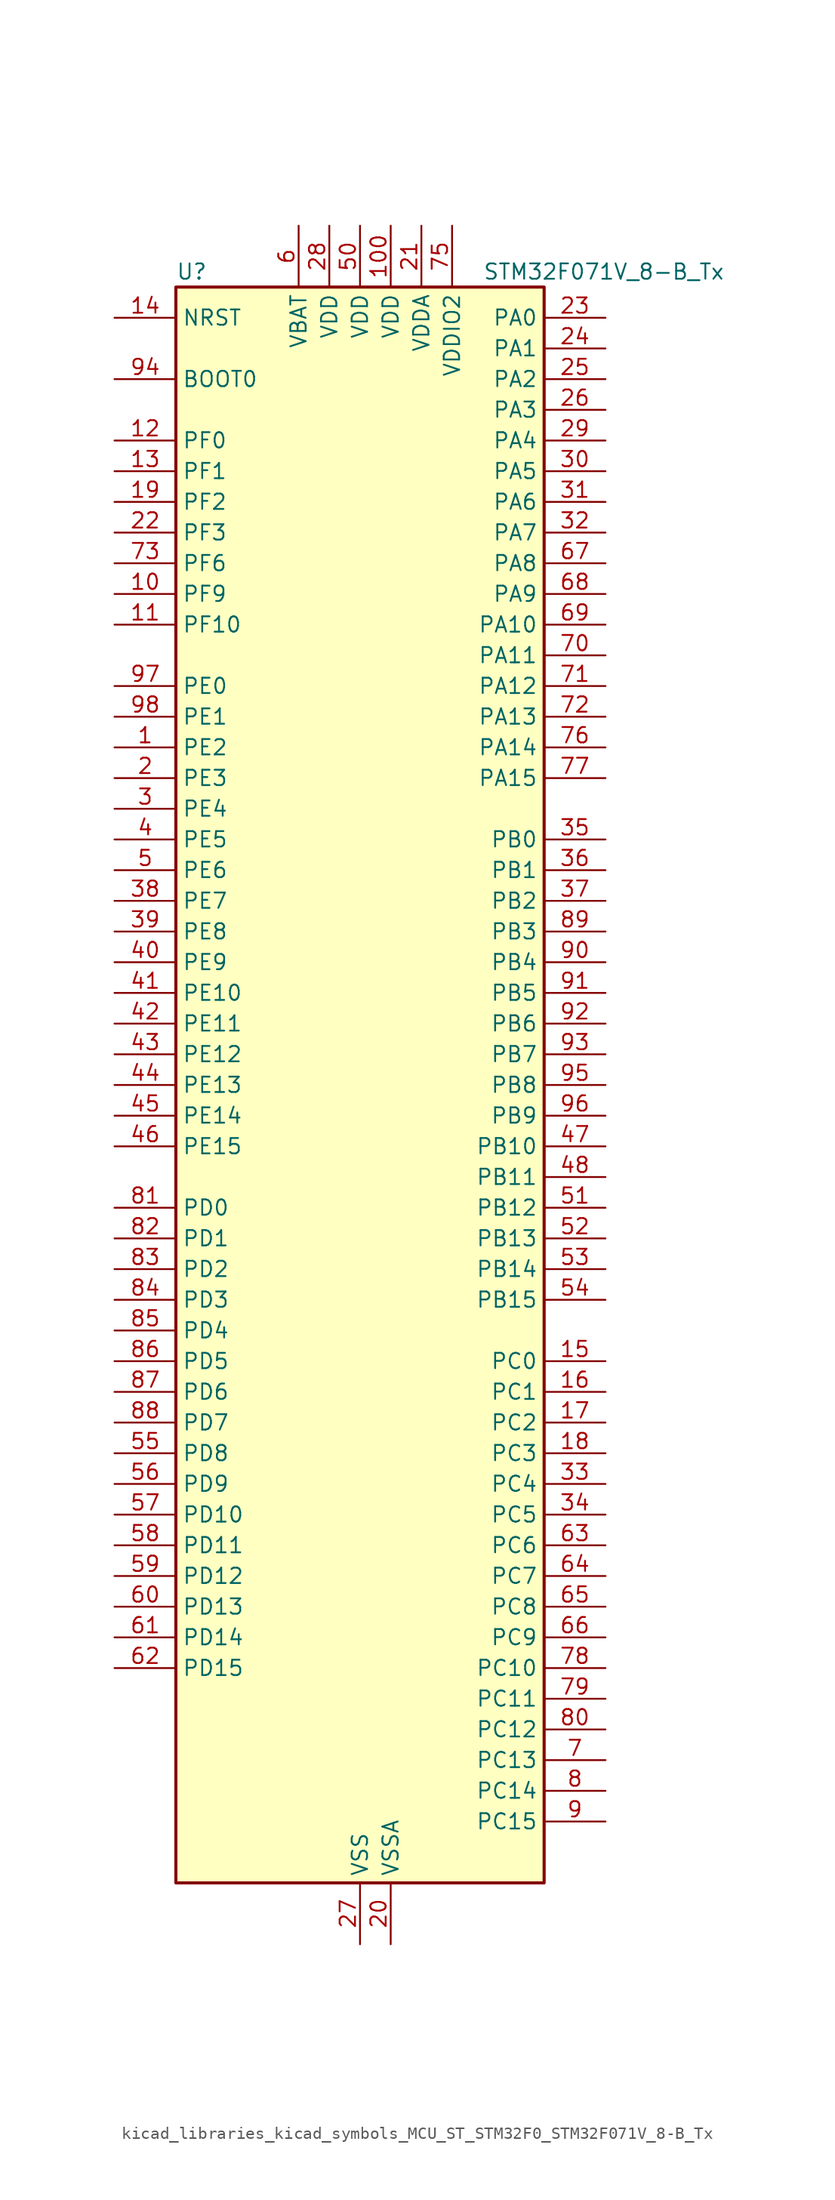
<source format=kicad_sym>
(kicad_symbol_lib
  (version 20220914)
  (generator kicad_symbol_editor)
  (symbol "kicad_libraries_kicad_symbols_MCU_ST_STM32F0_STM32F071V_8-B_Tx"
    (property "Reference" "U"
      (at -15.24 67.31 0)
      (effects (font (size 1.27 1.27)) (justify left)))
    (property "Value" "STM32F071V_8-B_Tx"
      (at 10.16 67.31 0)
      (effects (font (size 1.27 1.27)) (justify left)))
    (property "ki_locked" ""
      (at 0 0 0)
      (effects (font (size 1.27 1.27))))
    (symbol "kicad_libraries_kicad_symbols_MCU_ST_STM32F0_STM32F071V_8-B_Tx_0_1"
      (rectangle (start -15.24 -66.04) (end 15.24 66.04) (stroke (width 0.254) (type default)) (fill (type background))))
    (symbol "kicad_libraries_kicad_symbols_MCU_ST_STM32F0_STM32F071V_8-B_Tx_1_1"
      (pin bidirectional line (at -20.32 27.94 0) (length 5.08) (name "PE2" (effects (font (size 1.27 1.27)))) (number "1" (effects (font (size 1.27 1.27)))) (alternate "TIM3_ETR" bidirectional line) (alternate "TSC_G7_IO1" bidirectional line))
      (pin bidirectional line (at -20.32 40.64 0) (length 5.08) (name "PF9" (effects (font (size 1.27 1.27)))) (number "10" (effects (font (size 1.27 1.27)))) (alternate "DAC_EXTI9" bidirectional line) (alternate "TIM15_CH1" bidirectional line))
      (pin power_in line (at 2.54 71.12 270) (length 5.08) (name "VDD" (effects (font (size 1.27 1.27)))) (number "100" (effects (font (size 1.27 1.27)))))
      (pin bidirectional line (at -20.32 38.1 0) (length 5.08) (name "PF10" (effects (font (size 1.27 1.27)))) (number "11" (effects (font (size 1.27 1.27)))) (alternate "TIM15_CH2" bidirectional line))
      (pin bidirectional line (at -20.32 53.34 0) (length 5.08) (name "PF0" (effects (font (size 1.27 1.27)))) (number "12" (effects (font (size 1.27 1.27)))) (alternate "CRS_SYNC" bidirectional line) (alternate "RCC_OSC_IN" bidirectional line))
      (pin bidirectional line (at -20.32 50.8 0) (length 5.08) (name "PF1" (effects (font (size 1.27 1.27)))) (number "13" (effects (font (size 1.27 1.27)))) (alternate "RCC_OSC_OUT" bidirectional line))
      (pin input line (at -20.32 63.5 0) (length 5.08) (name "NRST" (effects (font (size 1.27 1.27)))) (number "14" (effects (font (size 1.27 1.27)))))
      (pin bidirectional line (at 20.32 -22.86 180) (length 5.08) (name "PC0" (effects (font (size 1.27 1.27)))) (number "15" (effects (font (size 1.27 1.27)))) (alternate "ADC_IN10" bidirectional line))
      (pin bidirectional line (at 20.32 -25.4 180) (length 5.08) (name "PC1" (effects (font (size 1.27 1.27)))) (number "16" (effects (font (size 1.27 1.27)))) (alternate "ADC_IN11" bidirectional line))
      (pin bidirectional line (at 20.32 -27.94 180) (length 5.08) (name "PC2" (effects (font (size 1.27 1.27)))) (number "17" (effects (font (size 1.27 1.27)))) (alternate "ADC_IN12" bidirectional line) (alternate "I2S2_MCK" bidirectional line) (alternate "SPI2_MISO" bidirectional line))
      (pin bidirectional line (at 20.32 -30.48 180) (length 5.08) (name "PC3" (effects (font (size 1.27 1.27)))) (number "18" (effects (font (size 1.27 1.27)))) (alternate "ADC_IN13" bidirectional line) (alternate "I2S2_SD" bidirectional line) (alternate "SPI2_MOSI" bidirectional line))
      (pin bidirectional line (at -20.32 48.26 0) (length 5.08) (name "PF2" (effects (font (size 1.27 1.27)))) (number "19" (effects (font (size 1.27 1.27)))) (alternate "SYS_WKUP8" bidirectional line))
      (pin bidirectional line (at -20.32 25.4 0) (length 5.08) (name "PE3" (effects (font (size 1.27 1.27)))) (number "2" (effects (font (size 1.27 1.27)))) (alternate "TIM3_CH1" bidirectional line) (alternate "TSC_G7_IO2" bidirectional line))
      (pin power_in line (at 2.54 -71.12 90) (length 5.08) (name "VSSA" (effects (font (size 1.27 1.27)))) (number "20" (effects (font (size 1.27 1.27)))))
      (pin power_in line (at 5.08 71.12 270) (length 5.08) (name "VDDA" (effects (font (size 1.27 1.27)))) (number "21" (effects (font (size 1.27 1.27)))))
      (pin bidirectional line (at -20.32 45.72 0) (length 5.08) (name "PF3" (effects (font (size 1.27 1.27)))) (number "22" (effects (font (size 1.27 1.27)))))
      (pin bidirectional line (at 20.32 63.5 180) (length 5.08) (name "PA0" (effects (font (size 1.27 1.27)))) (number "23" (effects (font (size 1.27 1.27)))) (alternate "ADC_IN0" bidirectional line) (alternate "COMP1_INM" bidirectional line) (alternate "COMP1_OUT" bidirectional line) (alternate "RTC_TAMP2" bidirectional line) (alternate "SYS_WKUP1" bidirectional line) (alternate "TIM2_CH1" bidirectional line) (alternate "TIM2_ETR" bidirectional line) (alternate "TSC_G1_IO1" bidirectional line) (alternate "USART2_CTS" bidirectional line) (alternate "USART4_TX" bidirectional line))
      (pin bidirectional line (at 20.32 60.96 180) (length 5.08) (name "PA1" (effects (font (size 1.27 1.27)))) (number "24" (effects (font (size 1.27 1.27)))) (alternate "ADC_IN1" bidirectional line) (alternate "COMP1_INP" bidirectional line) (alternate "TIM15_CH1N" bidirectional line) (alternate "TIM2_CH2" bidirectional line) (alternate "TSC_G1_IO2" bidirectional line) (alternate "USART2_DE" bidirectional line) (alternate "USART2_RTS" bidirectional line) (alternate "USART4_RX" bidirectional line))
      (pin bidirectional line (at 20.32 58.42 180) (length 5.08) (name "PA2" (effects (font (size 1.27 1.27)))) (number "25" (effects (font (size 1.27 1.27)))) (alternate "ADC_IN2" bidirectional line) (alternate "COMP2_INM" bidirectional line) (alternate "COMP2_OUT" bidirectional line) (alternate "SYS_WKUP4" bidirectional line) (alternate "TIM15_CH1" bidirectional line) (alternate "TIM2_CH3" bidirectional line) (alternate "TSC_G1_IO3" bidirectional line) (alternate "USART2_TX" bidirectional line))
      (pin bidirectional line (at 20.32 55.88 180) (length 5.08) (name "PA3" (effects (font (size 1.27 1.27)))) (number "26" (effects (font (size 1.27 1.27)))) (alternate "ADC_IN3" bidirectional line) (alternate "COMP2_INP" bidirectional line) (alternate "TIM15_CH2" bidirectional line) (alternate "TIM2_CH4" bidirectional line) (alternate "TSC_G1_IO4" bidirectional line) (alternate "USART2_RX" bidirectional line))
      (pin power_in line (at 0 -71.12 90) (length 5.08) (name "VSS" (effects (font (size 1.27 1.27)))) (number "27" (effects (font (size 1.27 1.27)))))
      (pin power_in line (at -2.54 71.12 270) (length 5.08) (name "VDD" (effects (font (size 1.27 1.27)))) (number "28" (effects (font (size 1.27 1.27)))))
      (pin bidirectional line (at 20.32 53.34 180) (length 5.08) (name "PA4" (effects (font (size 1.27 1.27)))) (number "29" (effects (font (size 1.27 1.27)))) (alternate "ADC_IN4" bidirectional line) (alternate "COMP1_INM" bidirectional line) (alternate "COMP2_INM" bidirectional line) (alternate "DAC_OUT1" bidirectional line) (alternate "I2S1_WS" bidirectional line) (alternate "SPI1_NSS" bidirectional line) (alternate "TIM14_CH1" bidirectional line) (alternate "TSC_G2_IO1" bidirectional line) (alternate "USART2_CK" bidirectional line))
      (pin bidirectional line (at -20.32 22.86 0) (length 5.08) (name "PE4" (effects (font (size 1.27 1.27)))) (number "3" (effects (font (size 1.27 1.27)))) (alternate "TIM3_CH2" bidirectional line) (alternate "TSC_G7_IO3" bidirectional line))
      (pin bidirectional line (at 20.32 50.8 180) (length 5.08) (name "PA5" (effects (font (size 1.27 1.27)))) (number "30" (effects (font (size 1.27 1.27)))) (alternate "ADC_IN5" bidirectional line) (alternate "CEC" bidirectional line) (alternate "COMP1_INM" bidirectional line) (alternate "COMP2_INM" bidirectional line) (alternate "DAC_OUT2" bidirectional line) (alternate "I2S1_CK" bidirectional line) (alternate "SPI1_SCK" bidirectional line) (alternate "TIM2_CH1" bidirectional line) (alternate "TIM2_ETR" bidirectional line) (alternate "TSC_G2_IO2" bidirectional line))
      (pin bidirectional line (at 20.32 48.26 180) (length 5.08) (name "PA6" (effects (font (size 1.27 1.27)))) (number "31" (effects (font (size 1.27 1.27)))) (alternate "ADC_IN6" bidirectional line) (alternate "COMP1_OUT" bidirectional line) (alternate "I2S1_MCK" bidirectional line) (alternate "SPI1_MISO" bidirectional line) (alternate "TIM16_CH1" bidirectional line) (alternate "TIM1_BKIN" bidirectional line) (alternate "TIM3_CH1" bidirectional line) (alternate "TSC_G2_IO3" bidirectional line) (alternate "USART3_CTS" bidirectional line))
      (pin bidirectional line (at 20.32 45.72 180) (length 5.08) (name "PA7" (effects (font (size 1.27 1.27)))) (number "32" (effects (font (size 1.27 1.27)))) (alternate "ADC_IN7" bidirectional line) (alternate "COMP2_OUT" bidirectional line) (alternate "I2S1_SD" bidirectional line) (alternate "SPI1_MOSI" bidirectional line) (alternate "TIM14_CH1" bidirectional line) (alternate "TIM17_CH1" bidirectional line) (alternate "TIM1_CH1N" bidirectional line) (alternate "TIM3_CH2" bidirectional line) (alternate "TSC_G2_IO4" bidirectional line))
      (pin bidirectional line (at 20.32 -33.02 180) (length 5.08) (name "PC4" (effects (font (size 1.27 1.27)))) (number "33" (effects (font (size 1.27 1.27)))) (alternate "ADC_IN14" bidirectional line) (alternate "USART3_TX" bidirectional line))
      (pin bidirectional line (at 20.32 -35.56 180) (length 5.08) (name "PC5" (effects (font (size 1.27 1.27)))) (number "34" (effects (font (size 1.27 1.27)))) (alternate "ADC_IN15" bidirectional line) (alternate "SYS_WKUP5" bidirectional line) (alternate "TSC_G3_IO1" bidirectional line) (alternate "USART3_RX" bidirectional line))
      (pin bidirectional line (at 20.32 20.32 180) (length 5.08) (name "PB0" (effects (font (size 1.27 1.27)))) (number "35" (effects (font (size 1.27 1.27)))) (alternate "ADC_IN8" bidirectional line) (alternate "TIM1_CH2N" bidirectional line) (alternate "TIM3_CH3" bidirectional line) (alternate "TSC_G3_IO2" bidirectional line) (alternate "USART3_CK" bidirectional line))
      (pin bidirectional line (at 20.32 17.78 180) (length 5.08) (name "PB1" (effects (font (size 1.27 1.27)))) (number "36" (effects (font (size 1.27 1.27)))) (alternate "ADC_IN9" bidirectional line) (alternate "TIM14_CH1" bidirectional line) (alternate "TIM1_CH3N" bidirectional line) (alternate "TIM3_CH4" bidirectional line) (alternate "TSC_G3_IO3" bidirectional line) (alternate "USART3_DE" bidirectional line) (alternate "USART3_RTS" bidirectional line))
      (pin bidirectional line (at 20.32 15.24 180) (length 5.08) (name "PB2" (effects (font (size 1.27 1.27)))) (number "37" (effects (font (size 1.27 1.27)))) (alternate "TSC_G3_IO4" bidirectional line))
      (pin bidirectional line (at -20.32 15.24 0) (length 5.08) (name "PE7" (effects (font (size 1.27 1.27)))) (number "38" (effects (font (size 1.27 1.27)))) (alternate "TIM1_ETR" bidirectional line))
      (pin bidirectional line (at -20.32 12.7 0) (length 5.08) (name "PE8" (effects (font (size 1.27 1.27)))) (number "39" (effects (font (size 1.27 1.27)))) (alternate "TIM1_CH1N" bidirectional line))
      (pin bidirectional line (at -20.32 20.32 0) (length 5.08) (name "PE5" (effects (font (size 1.27 1.27)))) (number "4" (effects (font (size 1.27 1.27)))) (alternate "TIM3_CH3" bidirectional line) (alternate "TSC_G7_IO4" bidirectional line))
      (pin bidirectional line (at -20.32 10.16 0) (length 5.08) (name "PE9" (effects (font (size 1.27 1.27)))) (number "40" (effects (font (size 1.27 1.27)))) (alternate "DAC_EXTI9" bidirectional line) (alternate "TIM1_CH1" bidirectional line))
      (pin bidirectional line (at -20.32 7.62 0) (length 5.08) (name "PE10" (effects (font (size 1.27 1.27)))) (number "41" (effects (font (size 1.27 1.27)))) (alternate "TIM1_CH2N" bidirectional line))
      (pin bidirectional line (at -20.32 5.08 0) (length 5.08) (name "PE11" (effects (font (size 1.27 1.27)))) (number "42" (effects (font (size 1.27 1.27)))) (alternate "TIM1_CH2" bidirectional line))
      (pin bidirectional line (at -20.32 2.54 0) (length 5.08) (name "PE12" (effects (font (size 1.27 1.27)))) (number "43" (effects (font (size 1.27 1.27)))) (alternate "I2S1_WS" bidirectional line) (alternate "SPI1_NSS" bidirectional line) (alternate "TIM1_CH3N" bidirectional line))
      (pin bidirectional line (at -20.32 0 0) (length 5.08) (name "PE13" (effects (font (size 1.27 1.27)))) (number "44" (effects (font (size 1.27 1.27)))) (alternate "I2S1_CK" bidirectional line) (alternate "SPI1_SCK" bidirectional line) (alternate "TIM1_CH3" bidirectional line))
      (pin bidirectional line (at -20.32 -2.54 0) (length 5.08) (name "PE14" (effects (font (size 1.27 1.27)))) (number "45" (effects (font (size 1.27 1.27)))) (alternate "I2S1_MCK" bidirectional line) (alternate "SPI1_MISO" bidirectional line) (alternate "TIM1_CH4" bidirectional line))
      (pin bidirectional line (at -20.32 -5.08 0) (length 5.08) (name "PE15" (effects (font (size 1.27 1.27)))) (number "46" (effects (font (size 1.27 1.27)))) (alternate "I2S1_SD" bidirectional line) (alternate "SPI1_MOSI" bidirectional line) (alternate "TIM1_BKIN" bidirectional line))
      (pin bidirectional line (at 20.32 -5.08 180) (length 5.08) (name "PB10" (effects (font (size 1.27 1.27)))) (number "47" (effects (font (size 1.27 1.27)))) (alternate "CEC" bidirectional line) (alternate "I2C2_SCL" bidirectional line) (alternate "I2S2_CK" bidirectional line) (alternate "SPI2_SCK" bidirectional line) (alternate "TIM2_CH3" bidirectional line) (alternate "TSC_SYNC" bidirectional line) (alternate "USART3_TX" bidirectional line))
      (pin bidirectional line (at 20.32 -7.62 180) (length 5.08) (name "PB11" (effects (font (size 1.27 1.27)))) (number "48" (effects (font (size 1.27 1.27)))) (alternate "I2C2_SDA" bidirectional line) (alternate "TIM2_CH4" bidirectional line) (alternate "TSC_G6_IO1" bidirectional line) (alternate "USART3_RX" bidirectional line))
      (pin passive line (at 0 -71.12 90) (length 5.08) hide (name "VSS" (effects (font (size 1.27 1.27)))) (number "49" (effects (font (size 1.27 1.27)))))
      (pin bidirectional line (at -20.32 17.78 0) (length 5.08) (name "PE6" (effects (font (size 1.27 1.27)))) (number "5" (effects (font (size 1.27 1.27)))) (alternate "RTC_TAMP3" bidirectional line) (alternate "SYS_WKUP3" bidirectional line) (alternate "TIM3_CH4" bidirectional line))
      (pin power_in line (at 0 71.12 270) (length 5.08) (name "VDD" (effects (font (size 1.27 1.27)))) (number "50" (effects (font (size 1.27 1.27)))))
      (pin bidirectional line (at 20.32 -10.16 180) (length 5.08) (name "PB12" (effects (font (size 1.27 1.27)))) (number "51" (effects (font (size 1.27 1.27)))) (alternate "I2S2_WS" bidirectional line) (alternate "SPI2_NSS" bidirectional line) (alternate "TIM15_BKIN" bidirectional line) (alternate "TIM1_BKIN" bidirectional line) (alternate "TSC_G6_IO2" bidirectional line) (alternate "USART3_CK" bidirectional line))
      (pin bidirectional line (at 20.32 -12.7 180) (length 5.08) (name "PB13" (effects (font (size 1.27 1.27)))) (number "52" (effects (font (size 1.27 1.27)))) (alternate "I2C2_SCL" bidirectional line) (alternate "I2S2_CK" bidirectional line) (alternate "SPI2_SCK" bidirectional line) (alternate "TIM1_CH1N" bidirectional line) (alternate "TSC_G6_IO3" bidirectional line) (alternate "USART3_CTS" bidirectional line))
      (pin bidirectional line (at 20.32 -15.24 180) (length 5.08) (name "PB14" (effects (font (size 1.27 1.27)))) (number "53" (effects (font (size 1.27 1.27)))) (alternate "I2C2_SDA" bidirectional line) (alternate "I2S2_MCK" bidirectional line) (alternate "SPI2_MISO" bidirectional line) (alternate "TIM15_CH1" bidirectional line) (alternate "TIM1_CH2N" bidirectional line) (alternate "TSC_G6_IO4" bidirectional line) (alternate "USART3_DE" bidirectional line) (alternate "USART3_RTS" bidirectional line))
      (pin bidirectional line (at 20.32 -17.78 180) (length 5.08) (name "PB15" (effects (font (size 1.27 1.27)))) (number "54" (effects (font (size 1.27 1.27)))) (alternate "I2S2_SD" bidirectional line) (alternate "RTC_REFIN" bidirectional line) (alternate "SPI2_MOSI" bidirectional line) (alternate "SYS_WKUP7" bidirectional line) (alternate "TIM15_CH1N" bidirectional line) (alternate "TIM15_CH2" bidirectional line) (alternate "TIM1_CH3N" bidirectional line))
      (pin bidirectional line (at -20.32 -30.48 0) (length 5.08) (name "PD8" (effects (font (size 1.27 1.27)))) (number "55" (effects (font (size 1.27 1.27)))) (alternate "USART3_TX" bidirectional line))
      (pin bidirectional line (at -20.32 -33.02 0) (length 5.08) (name "PD9" (effects (font (size 1.27 1.27)))) (number "56" (effects (font (size 1.27 1.27)))) (alternate "DAC_EXTI9" bidirectional line) (alternate "USART3_RX" bidirectional line))
      (pin bidirectional line (at -20.32 -35.56 0) (length 5.08) (name "PD10" (effects (font (size 1.27 1.27)))) (number "57" (effects (font (size 1.27 1.27)))) (alternate "USART3_CK" bidirectional line))
      (pin bidirectional line (at -20.32 -38.1 0) (length 5.08) (name "PD11" (effects (font (size 1.27 1.27)))) (number "58" (effects (font (size 1.27 1.27)))) (alternate "USART3_CTS" bidirectional line))
      (pin bidirectional line (at -20.32 -40.64 0) (length 5.08) (name "PD12" (effects (font (size 1.27 1.27)))) (number "59" (effects (font (size 1.27 1.27)))) (alternate "TSC_G8_IO1" bidirectional line) (alternate "USART3_DE" bidirectional line) (alternate "USART3_RTS" bidirectional line))
      (pin power_in line (at -5.08 71.12 270) (length 5.08) (name "VBAT" (effects (font (size 1.27 1.27)))) (number "6" (effects (font (size 1.27 1.27)))))
      (pin bidirectional line (at -20.32 -43.18 0) (length 5.08) (name "PD13" (effects (font (size 1.27 1.27)))) (number "60" (effects (font (size 1.27 1.27)))) (alternate "TSC_G8_IO2" bidirectional line))
      (pin bidirectional line (at -20.32 -45.72 0) (length 5.08) (name "PD14" (effects (font (size 1.27 1.27)))) (number "61" (effects (font (size 1.27 1.27)))) (alternate "TSC_G8_IO3" bidirectional line))
      (pin bidirectional line (at -20.32 -48.26 0) (length 5.08) (name "PD15" (effects (font (size 1.27 1.27)))) (number "62" (effects (font (size 1.27 1.27)))) (alternate "CRS_SYNC" bidirectional line) (alternate "TSC_G8_IO4" bidirectional line))
      (pin bidirectional line (at 20.32 -38.1 180) (length 5.08) (name "PC6" (effects (font (size 1.27 1.27)))) (number "63" (effects (font (size 1.27 1.27)))) (alternate "TIM3_CH1" bidirectional line))
      (pin bidirectional line (at 20.32 -40.64 180) (length 5.08) (name "PC7" (effects (font (size 1.27 1.27)))) (number "64" (effects (font (size 1.27 1.27)))) (alternate "TIM3_CH2" bidirectional line))
      (pin bidirectional line (at 20.32 -43.18 180) (length 5.08) (name "PC8" (effects (font (size 1.27 1.27)))) (number "65" (effects (font (size 1.27 1.27)))) (alternate "TIM3_CH3" bidirectional line))
      (pin bidirectional line (at 20.32 -45.72 180) (length 5.08) (name "PC9" (effects (font (size 1.27 1.27)))) (number "66" (effects (font (size 1.27 1.27)))) (alternate "DAC_EXTI9" bidirectional line) (alternate "TIM3_CH4" bidirectional line))
      (pin bidirectional line (at 20.32 43.18 180) (length 5.08) (name "PA8" (effects (font (size 1.27 1.27)))) (number "67" (effects (font (size 1.27 1.27)))) (alternate "CRS_SYNC" bidirectional line) (alternate "RCC_MCO" bidirectional line) (alternate "TIM1_CH1" bidirectional line) (alternate "USART1_CK" bidirectional line))
      (pin bidirectional line (at 20.32 40.64 180) (length 5.08) (name "PA9" (effects (font (size 1.27 1.27)))) (number "68" (effects (font (size 1.27 1.27)))) (alternate "DAC_EXTI9" bidirectional line) (alternate "TIM15_BKIN" bidirectional line) (alternate "TIM1_CH2" bidirectional line) (alternate "TSC_G4_IO1" bidirectional line) (alternate "USART1_TX" bidirectional line))
      (pin bidirectional line (at 20.32 38.1 180) (length 5.08) (name "PA10" (effects (font (size 1.27 1.27)))) (number "69" (effects (font (size 1.27 1.27)))) (alternate "TIM17_BKIN" bidirectional line) (alternate "TIM1_CH3" bidirectional line) (alternate "TSC_G4_IO2" bidirectional line) (alternate "USART1_RX" bidirectional line))
      (pin bidirectional line (at 20.32 -55.88 180) (length 5.08) (name "PC13" (effects (font (size 1.27 1.27)))) (number "7" (effects (font (size 1.27 1.27)))) (alternate "RTC_OUT_ALARM" bidirectional line) (alternate "RTC_OUT_CALIB" bidirectional line) (alternate "RTC_TAMP1" bidirectional line) (alternate "RTC_TS" bidirectional line) (alternate "SYS_WKUP2" bidirectional line))
      (pin bidirectional line (at 20.32 35.56 180) (length 5.08) (name "PA11" (effects (font (size 1.27 1.27)))) (number "70" (effects (font (size 1.27 1.27)))) (alternate "COMP1_OUT" bidirectional line) (alternate "TIM1_CH4" bidirectional line) (alternate "TSC_G4_IO3" bidirectional line) (alternate "USART1_CTS" bidirectional line))
      (pin bidirectional line (at 20.32 33.02 180) (length 5.08) (name "PA12" (effects (font (size 1.27 1.27)))) (number "71" (effects (font (size 1.27 1.27)))) (alternate "COMP2_OUT" bidirectional line) (alternate "TIM1_ETR" bidirectional line) (alternate "TSC_G4_IO4" bidirectional line) (alternate "USART1_DE" bidirectional line) (alternate "USART1_RTS" bidirectional line))
      (pin bidirectional line (at 20.32 30.48 180) (length 5.08) (name "PA13" (effects (font (size 1.27 1.27)))) (number "72" (effects (font (size 1.27 1.27)))) (alternate "IR_OUT" bidirectional line) (alternate "SYS_SWDIO" bidirectional line))
      (pin bidirectional line (at -20.32 43.18 0) (length 5.08) (name "PF6" (effects (font (size 1.27 1.27)))) (number "73" (effects (font (size 1.27 1.27)))))
      (pin passive line (at 0 -71.12 90) (length 5.08) hide (name "VSS" (effects (font (size 1.27 1.27)))) (number "74" (effects (font (size 1.27 1.27)))))
      (pin power_in line (at 7.62 71.12 270) (length 5.08) (name "VDDIO2" (effects (font (size 1.27 1.27)))) (number "75" (effects (font (size 1.27 1.27)))))
      (pin bidirectional line (at 20.32 27.94 180) (length 5.08) (name "PA14" (effects (font (size 1.27 1.27)))) (number "76" (effects (font (size 1.27 1.27)))) (alternate "SYS_SWCLK" bidirectional line) (alternate "USART2_TX" bidirectional line))
      (pin bidirectional line (at 20.32 25.4 180) (length 5.08) (name "PA15" (effects (font (size 1.27 1.27)))) (number "77" (effects (font (size 1.27 1.27)))) (alternate "I2S1_WS" bidirectional line) (alternate "SPI1_NSS" bidirectional line) (alternate "TIM2_CH1" bidirectional line) (alternate "TIM2_ETR" bidirectional line) (alternate "USART2_RX" bidirectional line) (alternate "USART4_DE" bidirectional line) (alternate "USART4_RTS" bidirectional line))
      (pin bidirectional line (at 20.32 -48.26 180) (length 5.08) (name "PC10" (effects (font (size 1.27 1.27)))) (number "78" (effects (font (size 1.27 1.27)))) (alternate "USART3_TX" bidirectional line) (alternate "USART4_TX" bidirectional line))
      (pin bidirectional line (at 20.32 -50.8 180) (length 5.08) (name "PC11" (effects (font (size 1.27 1.27)))) (number "79" (effects (font (size 1.27 1.27)))) (alternate "USART3_RX" bidirectional line) (alternate "USART4_RX" bidirectional line))
      (pin bidirectional line (at 20.32 -58.42 180) (length 5.08) (name "PC14" (effects (font (size 1.27 1.27)))) (number "8" (effects (font (size 1.27 1.27)))) (alternate "RCC_OSC32_IN" bidirectional line))
      (pin bidirectional line (at 20.32 -53.34 180) (length 5.08) (name "PC12" (effects (font (size 1.27 1.27)))) (number "80" (effects (font (size 1.27 1.27)))) (alternate "USART3_CK" bidirectional line) (alternate "USART4_CK" bidirectional line))
      (pin bidirectional line (at -20.32 -10.16 0) (length 5.08) (name "PD0" (effects (font (size 1.27 1.27)))) (number "81" (effects (font (size 1.27 1.27)))) (alternate "I2S2_WS" bidirectional line) (alternate "SPI2_NSS" bidirectional line))
      (pin bidirectional line (at -20.32 -12.7 0) (length 5.08) (name "PD1" (effects (font (size 1.27 1.27)))) (number "82" (effects (font (size 1.27 1.27)))) (alternate "I2S2_CK" bidirectional line) (alternate "SPI2_SCK" bidirectional line))
      (pin bidirectional line (at -20.32 -15.24 0) (length 5.08) (name "PD2" (effects (font (size 1.27 1.27)))) (number "83" (effects (font (size 1.27 1.27)))) (alternate "TIM3_ETR" bidirectional line) (alternate "USART3_DE" bidirectional line) (alternate "USART3_RTS" bidirectional line))
      (pin bidirectional line (at -20.32 -17.78 0) (length 5.08) (name "PD3" (effects (font (size 1.27 1.27)))) (number "84" (effects (font (size 1.27 1.27)))) (alternate "I2S2_MCK" bidirectional line) (alternate "SPI2_MISO" bidirectional line) (alternate "USART2_CTS" bidirectional line))
      (pin bidirectional line (at -20.32 -20.32 0) (length 5.08) (name "PD4" (effects (font (size 1.27 1.27)))) (number "85" (effects (font (size 1.27 1.27)))) (alternate "I2S2_SD" bidirectional line) (alternate "SPI2_MOSI" bidirectional line) (alternate "USART2_DE" bidirectional line) (alternate "USART2_RTS" bidirectional line))
      (pin bidirectional line (at -20.32 -22.86 0) (length 5.08) (name "PD5" (effects (font (size 1.27 1.27)))) (number "86" (effects (font (size 1.27 1.27)))) (alternate "USART2_TX" bidirectional line))
      (pin bidirectional line (at -20.32 -25.4 0) (length 5.08) (name "PD6" (effects (font (size 1.27 1.27)))) (number "87" (effects (font (size 1.27 1.27)))) (alternate "USART2_RX" bidirectional line))
      (pin bidirectional line (at -20.32 -27.94 0) (length 5.08) (name "PD7" (effects (font (size 1.27 1.27)))) (number "88" (effects (font (size 1.27 1.27)))) (alternate "USART2_CK" bidirectional line))
      (pin bidirectional line (at 20.32 12.7 180) (length 5.08) (name "PB3" (effects (font (size 1.27 1.27)))) (number "89" (effects (font (size 1.27 1.27)))) (alternate "I2S1_CK" bidirectional line) (alternate "SPI1_SCK" bidirectional line) (alternate "TIM2_CH2" bidirectional line) (alternate "TSC_G5_IO1" bidirectional line))
      (pin bidirectional line (at 20.32 -60.96 180) (length 5.08) (name "PC15" (effects (font (size 1.27 1.27)))) (number "9" (effects (font (size 1.27 1.27)))) (alternate "RCC_OSC32_OUT" bidirectional line))
      (pin bidirectional line (at 20.32 10.16 180) (length 5.08) (name "PB4" (effects (font (size 1.27 1.27)))) (number "90" (effects (font (size 1.27 1.27)))) (alternate "I2S1_MCK" bidirectional line) (alternate "SPI1_MISO" bidirectional line) (alternate "TIM17_BKIN" bidirectional line) (alternate "TIM3_CH1" bidirectional line) (alternate "TSC_G5_IO2" bidirectional line))
      (pin bidirectional line (at 20.32 7.62 180) (length 5.08) (name "PB5" (effects (font (size 1.27 1.27)))) (number "91" (effects (font (size 1.27 1.27)))) (alternate "I2C1_SMBA" bidirectional line) (alternate "I2S1_SD" bidirectional line) (alternate "SPI1_MOSI" bidirectional line) (alternate "SYS_WKUP6" bidirectional line) (alternate "TIM16_BKIN" bidirectional line) (alternate "TIM3_CH2" bidirectional line))
      (pin bidirectional line (at 20.32 5.08 180) (length 5.08) (name "PB6" (effects (font (size 1.27 1.27)))) (number "92" (effects (font (size 1.27 1.27)))) (alternate "I2C1_SCL" bidirectional line) (alternate "TIM16_CH1N" bidirectional line) (alternate "TSC_G5_IO3" bidirectional line) (alternate "USART1_TX" bidirectional line))
      (pin bidirectional line (at 20.32 2.54 180) (length 5.08) (name "PB7" (effects (font (size 1.27 1.27)))) (number "93" (effects (font (size 1.27 1.27)))) (alternate "I2C1_SDA" bidirectional line) (alternate "TIM17_CH1N" bidirectional line) (alternate "TSC_G5_IO4" bidirectional line) (alternate "USART1_RX" bidirectional line) (alternate "USART4_CTS" bidirectional line))
      (pin input line (at -20.32 58.42 0) (length 5.08) (name "BOOT0" (effects (font (size 1.27 1.27)))) (number "94" (effects (font (size 1.27 1.27)))))
      (pin bidirectional line (at 20.32 0 180) (length 5.08) (name "PB8" (effects (font (size 1.27 1.27)))) (number "95" (effects (font (size 1.27 1.27)))) (alternate "CEC" bidirectional line) (alternate "I2C1_SCL" bidirectional line) (alternate "TIM16_CH1" bidirectional line) (alternate "TSC_SYNC" bidirectional line))
      (pin bidirectional line (at 20.32 -2.54 180) (length 5.08) (name "PB9" (effects (font (size 1.27 1.27)))) (number "96" (effects (font (size 1.27 1.27)))) (alternate "DAC_EXTI9" bidirectional line) (alternate "I2C1_SDA" bidirectional line) (alternate "I2S2_WS" bidirectional line) (alternate "IR_OUT" bidirectional line) (alternate "SPI2_NSS" bidirectional line) (alternate "TIM17_CH1" bidirectional line))
      (pin bidirectional line (at -20.32 33.02 0) (length 5.08) (name "PE0" (effects (font (size 1.27 1.27)))) (number "97" (effects (font (size 1.27 1.27)))) (alternate "TIM16_CH1" bidirectional line))
      (pin bidirectional line (at -20.32 30.48 0) (length 5.08) (name "PE1" (effects (font (size 1.27 1.27)))) (number "98" (effects (font (size 1.27 1.27)))) (alternate "TIM17_CH1" bidirectional line))
      (pin passive line (at 0 -71.12 90) (length 5.08) hide (name "VSS" (effects (font (size 1.27 1.27)))) (number "99" (effects (font (size 1.27 1.27))))))))
</source>
